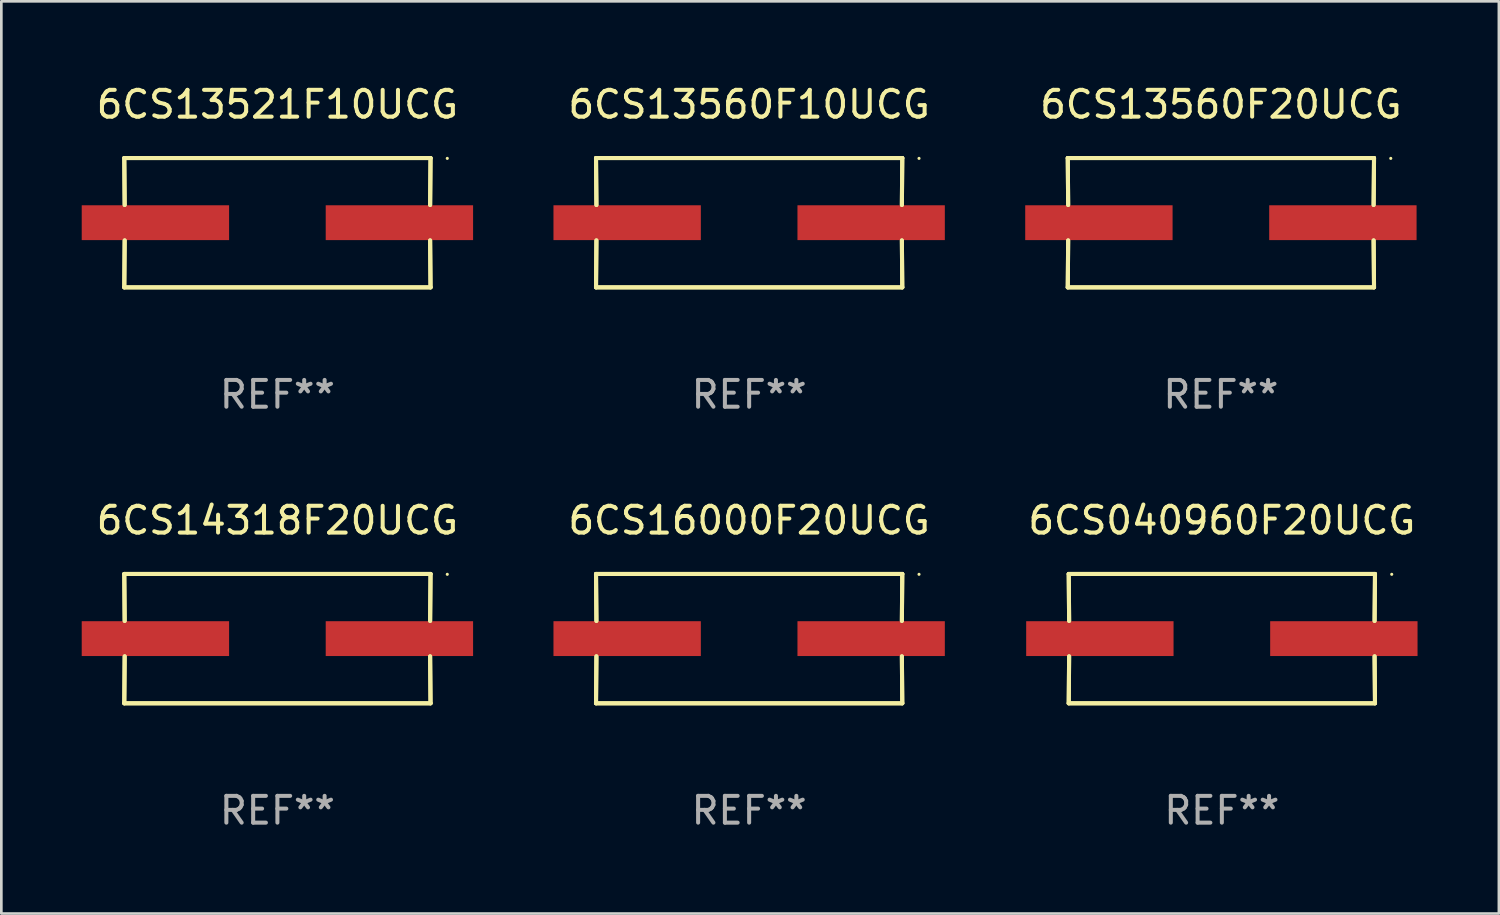
<source format=kicad_pcb>
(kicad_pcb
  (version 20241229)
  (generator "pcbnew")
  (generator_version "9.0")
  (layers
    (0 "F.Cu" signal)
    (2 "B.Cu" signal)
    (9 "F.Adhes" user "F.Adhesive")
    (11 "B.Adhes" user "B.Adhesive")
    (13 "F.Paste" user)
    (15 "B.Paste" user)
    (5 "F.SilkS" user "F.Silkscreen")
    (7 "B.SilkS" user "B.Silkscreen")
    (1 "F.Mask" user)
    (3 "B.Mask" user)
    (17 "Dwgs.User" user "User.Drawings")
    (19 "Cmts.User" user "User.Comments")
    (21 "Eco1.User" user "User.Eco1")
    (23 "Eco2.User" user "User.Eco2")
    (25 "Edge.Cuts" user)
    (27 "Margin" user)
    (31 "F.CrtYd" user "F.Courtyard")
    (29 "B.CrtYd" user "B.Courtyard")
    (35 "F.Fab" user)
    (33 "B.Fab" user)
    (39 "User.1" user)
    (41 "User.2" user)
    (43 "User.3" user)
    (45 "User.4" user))
  (footprint "6CS14318F20UCG"
    (layer "F.Cu")
    (at 7.303 20.784)
    (property "Reference" "6CS14318F20UCG" (at 0 -4.413 0) (layer "F.SilkS") (effects (font (size 1 1) (thickness 0.15))))
    (attr through_hole)
    (fp_line (start -5.715 -2.413) (end -5.7 -0.662) (stroke (width 0.152) (type solid)) (layer "F.SilkS"))
    (fp_line (start -5.715 -2.413) (end -5.7 -0.662) (stroke (width 0.152) (type solid)) (layer "F.SilkS"))
    (fp_line (start -5.715 2.413) (end 5.715 2.413) (stroke (width 0.152) (type solid)) (layer "F.SilkS"))
    (fp_line (start -5.715 2.413) (end 5.715 2.413) (stroke (width 0.152) (type solid)) (layer "F.SilkS"))
    (fp_line (start -5.7 0.662) (end -5.715 2.413) (stroke (width 0.152) (type solid)) (layer "F.SilkS"))
    (fp_line (start -5.7 0.662) (end -5.715 2.413) (stroke (width 0.152) (type solid)) (layer "F.SilkS"))
    (fp_line (start 5.7 -0.662) (end 5.715 -2.413) (stroke (width 0.152) (type solid)) (layer "F.SilkS"))
    (fp_line (start 5.7 -0.662) (end 5.715 -2.413) (stroke (width 0.152) (type solid)) (layer "F.SilkS"))
    (fp_line (start 5.715 -2.413) (end -5.715 -2.413) (stroke (width 0.152) (type solid)) (layer "F.SilkS"))
    (fp_line (start 5.715 -2.413) (end -5.715 -2.413) (stroke (width 0.152) (type solid)) (layer "F.SilkS"))
    (fp_line (start 5.715 2.413) (end 5.7 0.662) (stroke (width 0.152) (type solid)) (layer "F.SilkS"))
    (fp_line (start 5.715 2.413) (end 5.7 0.662) (stroke (width 0.152) (type solid)) (layer "F.SilkS"))
    (fp_circle (center 6.34 -2.4) (end 6.37 -2.4) (stroke (width 0.06) (type solid)) (fill no) (layer "F.SilkS"))
    (fp_text user "REF**" (at 0 6.413 0) (layer "F.Fab") (effects (font (size 1 1) (thickness 0.15))))
    (pad "1" smd rect (at 4.553 0) (size 5.5 1.3) (layers "F.Cu" "F.Mask" "F.Paste"))
    (pad "2" smd rect (at -4.553 0) (size 5.5 1.3) (layers "F.Cu" "F.Mask" "F.Paste")))
  (footprint "6CS16000F20UCG"
    (layer "F.Cu")
    (at 24.909 20.784)
    (property "Reference" "6CS16000F20UCG" (at 0 -4.413 0) (layer "F.SilkS") (effects (font (size 1 1) (thickness 0.15))))
    (attr through_hole)
    (fp_line (start -5.715 -2.413) (end -5.7 -0.662) (stroke (width 0.152) (type solid)) (layer "F.SilkS"))
    (fp_line (start -5.715 -2.413) (end -5.7 -0.662) (stroke (width 0.152) (type solid)) (layer "F.SilkS"))
    (fp_line (start -5.715 2.413) (end 5.715 2.413) (stroke (width 0.152) (type solid)) (layer "F.SilkS"))
    (fp_line (start -5.715 2.413) (end 5.715 2.413) (stroke (width 0.152) (type solid)) (layer "F.SilkS"))
    (fp_line (start -5.7 0.662) (end -5.715 2.413) (stroke (width 0.152) (type solid)) (layer "F.SilkS"))
    (fp_line (start -5.7 0.662) (end -5.715 2.413) (stroke (width 0.152) (type solid)) (layer "F.SilkS"))
    (fp_line (start 5.7 -0.662) (end 5.715 -2.413) (stroke (width 0.152) (type solid)) (layer "F.SilkS"))
    (fp_line (start 5.7 -0.662) (end 5.715 -2.413) (stroke (width 0.152) (type solid)) (layer "F.SilkS"))
    (fp_line (start 5.715 -2.413) (end -5.715 -2.413) (stroke (width 0.152) (type solid)) (layer "F.SilkS"))
    (fp_line (start 5.715 -2.413) (end -5.715 -2.413) (stroke (width 0.152) (type solid)) (layer "F.SilkS"))
    (fp_line (start 5.715 2.413) (end 5.7 0.662) (stroke (width 0.152) (type solid)) (layer "F.SilkS"))
    (fp_line (start 5.715 2.413) (end 5.7 0.662) (stroke (width 0.152) (type solid)) (layer "F.SilkS"))
    (fp_circle (center 6.34 -2.4) (end 6.37 -2.4) (stroke (width 0.06) (type solid)) (fill no) (layer "F.SilkS"))
    (fp_text user "REF**" (at 0 6.413 0) (layer "F.Fab") (effects (font (size 1 1) (thickness 0.15))))
    (pad "1" smd rect (at 4.553 0) (size 5.5 1.3) (layers "F.Cu" "F.Mask" "F.Paste"))
    (pad "2" smd rect (at -4.553 0) (size 5.5 1.3) (layers "F.Cu" "F.Mask" "F.Paste")))
  (footprint "6CS13521F10UCG"
    (layer "F.Cu")
    (at 7.303 5.261)
    (property "Reference" "6CS13521F10UCG" (at 0 -4.413 0) (layer "F.SilkS") (effects (font (size 1 1) (thickness 0.15))))
    (attr through_hole)
    (fp_line (start -5.715 -2.413) (end -5.7 -0.662) (stroke (width 0.152) (type solid)) (layer "F.SilkS"))
    (fp_line (start -5.715 -2.413) (end -5.7 -0.662) (stroke (width 0.152) (type solid)) (layer "F.SilkS"))
    (fp_line (start -5.715 2.413) (end 5.715 2.413) (stroke (width 0.152) (type solid)) (layer "F.SilkS"))
    (fp_line (start -5.715 2.413) (end 5.715 2.413) (stroke (width 0.152) (type solid)) (layer "F.SilkS"))
    (fp_line (start -5.7 0.662) (end -5.715 2.413) (stroke (width 0.152) (type solid)) (layer "F.SilkS"))
    (fp_line (start -5.7 0.662) (end -5.715 2.413) (stroke (width 0.152) (type solid)) (layer "F.SilkS"))
    (fp_line (start 5.7 -0.662) (end 5.715 -2.413) (stroke (width 0.152) (type solid)) (layer "F.SilkS"))
    (fp_line (start 5.7 -0.662) (end 5.715 -2.413) (stroke (width 0.152) (type solid)) (layer "F.SilkS"))
    (fp_line (start 5.715 -2.413) (end -5.715 -2.413) (stroke (width 0.152) (type solid)) (layer "F.SilkS"))
    (fp_line (start 5.715 -2.413) (end -5.715 -2.413) (stroke (width 0.152) (type solid)) (layer "F.SilkS"))
    (fp_line (start 5.715 2.413) (end 5.7 0.662) (stroke (width 0.152) (type solid)) (layer "F.SilkS"))
    (fp_line (start 5.715 2.413) (end 5.7 0.662) (stroke (width 0.152) (type solid)) (layer "F.SilkS"))
    (fp_circle (center 6.34 -2.4) (end 6.37 -2.4) (stroke (width 0.06) (type solid)) (fill no) (layer "F.SilkS"))
    (fp_text user "REF**" (at 0 6.413 0) (layer "F.Fab") (effects (font (size 1 1) (thickness 0.15))))
    (pad "1" smd rect (at 4.553 0) (size 5.5 1.3) (layers "F.Cu" "F.Mask" "F.Paste"))
    (pad "2" smd rect (at -4.553 0) (size 5.5 1.3) (layers "F.Cu" "F.Mask" "F.Paste")))
  (footprint "6CS040960F20UCG"
    (layer "F.Cu")
    (at 42.551 20.784)
    (property "Reference" "6CS040960F20UCG" (at 0 -4.413 0) (layer "F.SilkS") (effects (font (size 1 1) (thickness 0.15))))
    (attr through_hole)
    (fp_line (start -5.715 -2.413) (end -5.7 -0.662) (stroke (width 0.152) (type solid)) (layer "F.SilkS"))
    (fp_line (start -5.715 -2.413) (end -5.7 -0.662) (stroke (width 0.152) (type solid)) (layer "F.SilkS"))
    (fp_line (start -5.715 2.413) (end 5.715 2.413) (stroke (width 0.152) (type solid)) (layer "F.SilkS"))
    (fp_line (start -5.715 2.413) (end 5.715 2.413) (stroke (width 0.152) (type solid)) (layer "F.SilkS"))
    (fp_line (start -5.7 0.662) (end -5.715 2.413) (stroke (width 0.152) (type solid)) (layer "F.SilkS"))
    (fp_line (start -5.7 0.662) (end -5.715 2.413) (stroke (width 0.152) (type solid)) (layer "F.SilkS"))
    (fp_line (start 5.7 -0.662) (end 5.715 -2.413) (stroke (width 0.152) (type solid)) (layer "F.SilkS"))
    (fp_line (start 5.7 -0.662) (end 5.715 -2.413) (stroke (width 0.152) (type solid)) (layer "F.SilkS"))
    (fp_line (start 5.715 -2.413) (end -5.715 -2.413) (stroke (width 0.152) (type solid)) (layer "F.SilkS"))
    (fp_line (start 5.715 -2.413) (end -5.715 -2.413) (stroke (width 0.152) (type solid)) (layer "F.SilkS"))
    (fp_line (start 5.715 2.413) (end 5.7 0.662) (stroke (width 0.152) (type solid)) (layer "F.SilkS"))
    (fp_line (start 5.715 2.413) (end 5.7 0.662) (stroke (width 0.152) (type solid)) (layer "F.SilkS"))
    (fp_circle (center 6.34 -2.4) (end 6.37 -2.4) (stroke (width 0.06) (type solid)) (fill no) (layer "F.SilkS"))
    (fp_text user "REF**" (at 0 6.413 0) (layer "F.Fab") (effects (font (size 1 1) (thickness 0.15))))
    (pad "1" smd rect (at 4.553 0) (size 5.5 1.3) (layers "F.Cu" "F.Mask" "F.Paste"))
    (pad "2" smd rect (at -4.553 0) (size 5.5 1.3) (layers "F.Cu" "F.Mask" "F.Paste")))
  (footprint "6CS13560F10UCG"
    (layer "F.Cu")
    (at 24.909 5.261)
    (property "Reference" "6CS13560F10UCG" (at 0 -4.413 0) (layer "F.SilkS") (effects (font (size 1 1) (thickness 0.15))))
    (attr through_hole)
    (fp_line (start -5.715 -2.413) (end -5.7 -0.662) (stroke (width 0.152) (type solid)) (layer "F.SilkS"))
    (fp_line (start -5.715 -2.413) (end -5.7 -0.662) (stroke (width 0.152) (type solid)) (layer "F.SilkS"))
    (fp_line (start -5.715 2.413) (end 5.715 2.413) (stroke (width 0.152) (type solid)) (layer "F.SilkS"))
    (fp_line (start -5.715 2.413) (end 5.715 2.413) (stroke (width 0.152) (type solid)) (layer "F.SilkS"))
    (fp_line (start -5.7 0.662) (end -5.715 2.413) (stroke (width 0.152) (type solid)) (layer "F.SilkS"))
    (fp_line (start -5.7 0.662) (end -5.715 2.413) (stroke (width 0.152) (type solid)) (layer "F.SilkS"))
    (fp_line (start 5.7 -0.662) (end 5.715 -2.413) (stroke (width 0.152) (type solid)) (layer "F.SilkS"))
    (fp_line (start 5.7 -0.662) (end 5.715 -2.413) (stroke (width 0.152) (type solid)) (layer "F.SilkS"))
    (fp_line (start 5.715 -2.413) (end -5.715 -2.413) (stroke (width 0.152) (type solid)) (layer "F.SilkS"))
    (fp_line (start 5.715 -2.413) (end -5.715 -2.413) (stroke (width 0.152) (type solid)) (layer "F.SilkS"))
    (fp_line (start 5.715 2.413) (end 5.7 0.662) (stroke (width 0.152) (type solid)) (layer "F.SilkS"))
    (fp_line (start 5.715 2.413) (end 5.7 0.662) (stroke (width 0.152) (type solid)) (layer "F.SilkS"))
    (fp_circle (center 6.34 -2.4) (end 6.37 -2.4) (stroke (width 0.06) (type solid)) (fill no) (layer "F.SilkS"))
    (fp_text user "REF**" (at 0 6.413 0) (layer "F.Fab") (effects (font (size 1 1) (thickness 0.15))))
    (pad "1" smd rect (at 4.553 0) (size 5.5 1.3) (layers "F.Cu" "F.Mask" "F.Paste"))
    (pad "2" smd rect (at -4.553 0) (size 5.5 1.3) (layers "F.Cu" "F.Mask" "F.Paste")))
  (footprint "6CS13560F20UCG"
    (layer "F.Cu")
    (at 42.515 5.261)
    (property "Reference" "6CS13560F20UCG" (at 0 -4.413 0) (layer "F.SilkS") (effects (font (size 1 1) (thickness 0.15))))
    (attr through_hole)
    (fp_line (start -5.715 -2.413) (end -5.7 -0.662) (stroke (width 0.152) (type solid)) (layer "F.SilkS"))
    (fp_line (start -5.715 -2.413) (end -5.7 -0.662) (stroke (width 0.152) (type solid)) (layer "F.SilkS"))
    (fp_line (start -5.715 2.413) (end 5.715 2.413) (stroke (width 0.152) (type solid)) (layer "F.SilkS"))
    (fp_line (start -5.715 2.413) (end 5.715 2.413) (stroke (width 0.152) (type solid)) (layer "F.SilkS"))
    (fp_line (start -5.7 0.662) (end -5.715 2.413) (stroke (width 0.152) (type solid)) (layer "F.SilkS"))
    (fp_line (start -5.7 0.662) (end -5.715 2.413) (stroke (width 0.152) (type solid)) (layer "F.SilkS"))
    (fp_line (start 5.7 -0.662) (end 5.715 -2.413) (stroke (width 0.152) (type solid)) (layer "F.SilkS"))
    (fp_line (start 5.7 -0.662) (end 5.715 -2.413) (stroke (width 0.152) (type solid)) (layer "F.SilkS"))
    (fp_line (start 5.715 -2.413) (end -5.715 -2.413) (stroke (width 0.152) (type solid)) (layer "F.SilkS"))
    (fp_line (start 5.715 -2.413) (end -5.715 -2.413) (stroke (width 0.152) (type solid)) (layer "F.SilkS"))
    (fp_line (start 5.715 2.413) (end 5.7 0.662) (stroke (width 0.152) (type solid)) (layer "F.SilkS"))
    (fp_line (start 5.715 2.413) (end 5.7 0.662) (stroke (width 0.152) (type solid)) (layer "F.SilkS"))
    (fp_circle (center 6.34 -2.4) (end 6.37 -2.4) (stroke (width 0.06) (type solid)) (fill no) (layer "F.SilkS"))
    (fp_text user "REF**" (at 0 6.413 0) (layer "F.Fab") (effects (font (size 1 1) (thickness 0.15))))
    (pad "1" smd rect (at 4.553 0) (size 5.5 1.3) (layers "F.Cu" "F.Mask" "F.Paste"))
    (pad "2" smd rect (at -4.553 0) (size 5.5 1.3) (layers "F.Cu" "F.Mask" "F.Paste")))
  (gr_rect
    (start -3 -3)
    (end 52.89 31.045)
    (stroke (width 0.1) (type default))
    (fill no)
    (layer "Edge.Cuts")))
</source>
